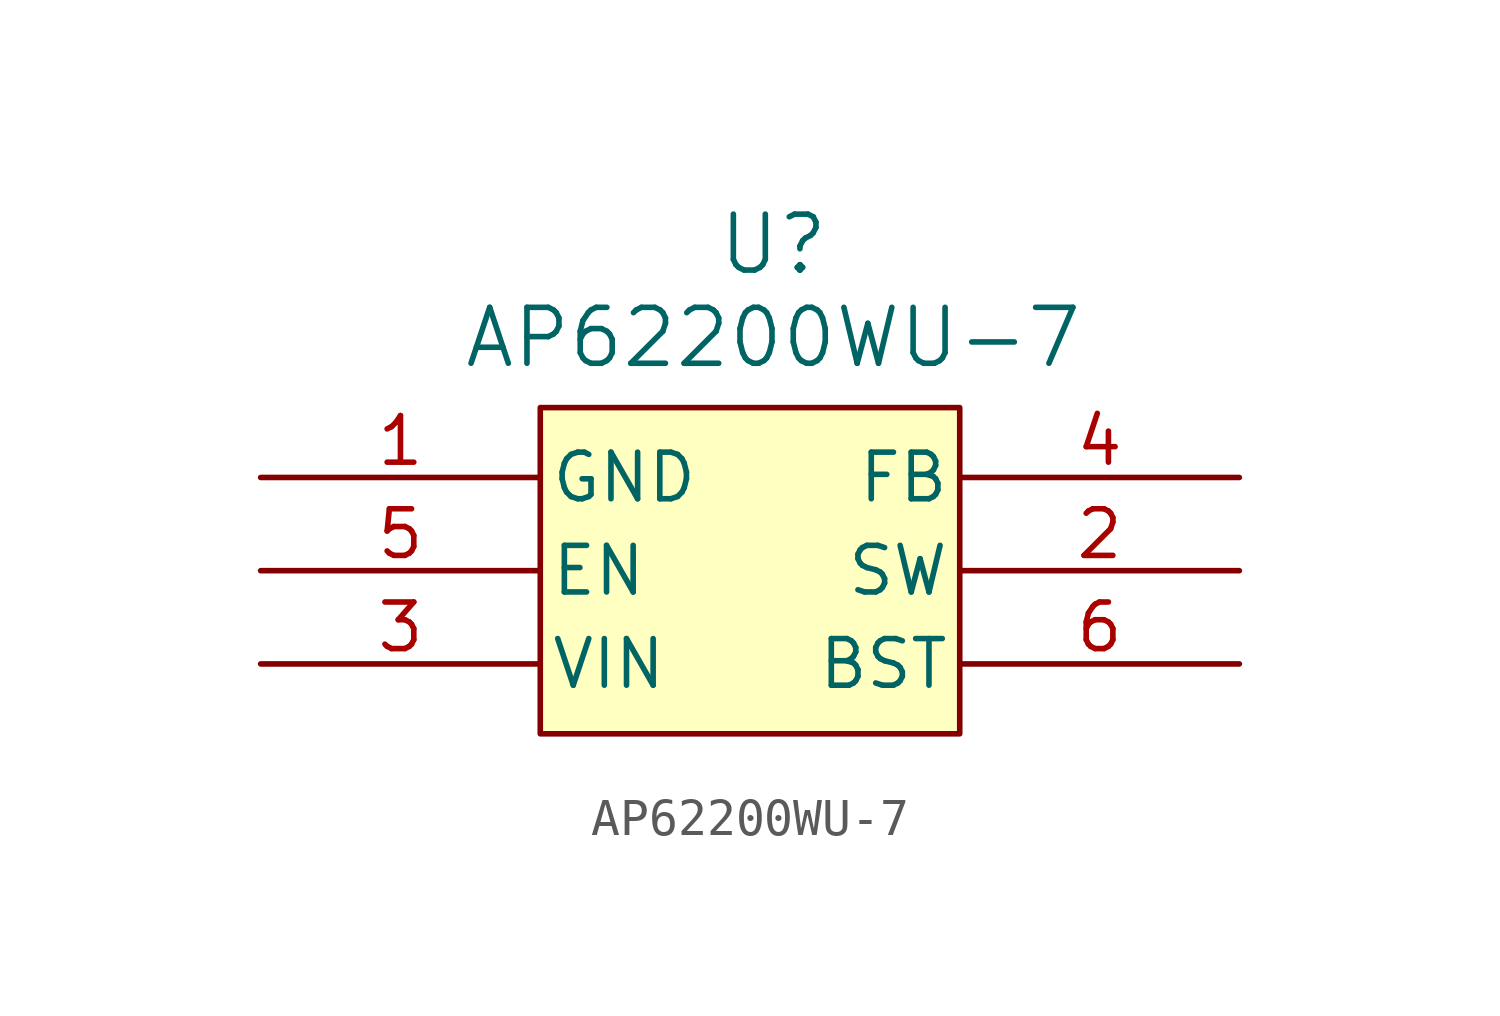
<source format=kicad_sym>
(kicad_symbol_lib
  (version 20220914)
  (generator kicad_symbol_editor)
  (symbol "AP62200WU-7"
    (pin_names
      (offset 0.254))
    (property "Reference" "U"
      (at 20.32 10.16 0)
      (effects (font (size 1.524 1.524))))
    (property "Value" "AP62200WU-7"
      (at 20.32 7.62 0)
      (effects (font (size 1.524 1.524))))
    (property "ki_locked" ""
      (at 0 0 0)
      (effects (font (size 1.27 1.27))))
    (symbol "AP62200WU-7_1_1"
      (rectangle (start 13.97 5.715) (end 25.4 -3.175) (stroke (width 0) (type default)) (fill (type background)))
      (pin power_out line (at 6.35 3.81 0) (length 7.62) (name "GND" (effects (font (size 1.27 1.27)))) (number "1" (effects (font (size 1.27 1.27)))))
      (pin power_out line (at 33.02 1.27 180) (length 7.62) (name "SW" (effects (font (size 1.27 1.27)))) (number "2" (effects (font (size 1.27 1.27)))))
      (pin power_in line (at 6.35 -1.27 0) (length 7.62) (name "VIN" (effects (font (size 1.27 1.27)))) (number "3" (effects (font (size 1.27 1.27)))))
      (pin input line (at 33.02 3.81 180) (length 7.62) (name "FB" (effects (font (size 1.27 1.27)))) (number "4" (effects (font (size 1.27 1.27)))))
      (pin input line (at 6.35 1.27 0) (length 7.62) (name "EN" (effects (font (size 1.27 1.27)))) (number "5" (effects (font (size 1.27 1.27)))))
      (pin input line (at 33.02 -1.27 180) (length 7.62) (name "BST" (effects (font (size 1.27 1.27)))) (number "6" (effects (font (size 1.27 1.27))))))))
</source>
